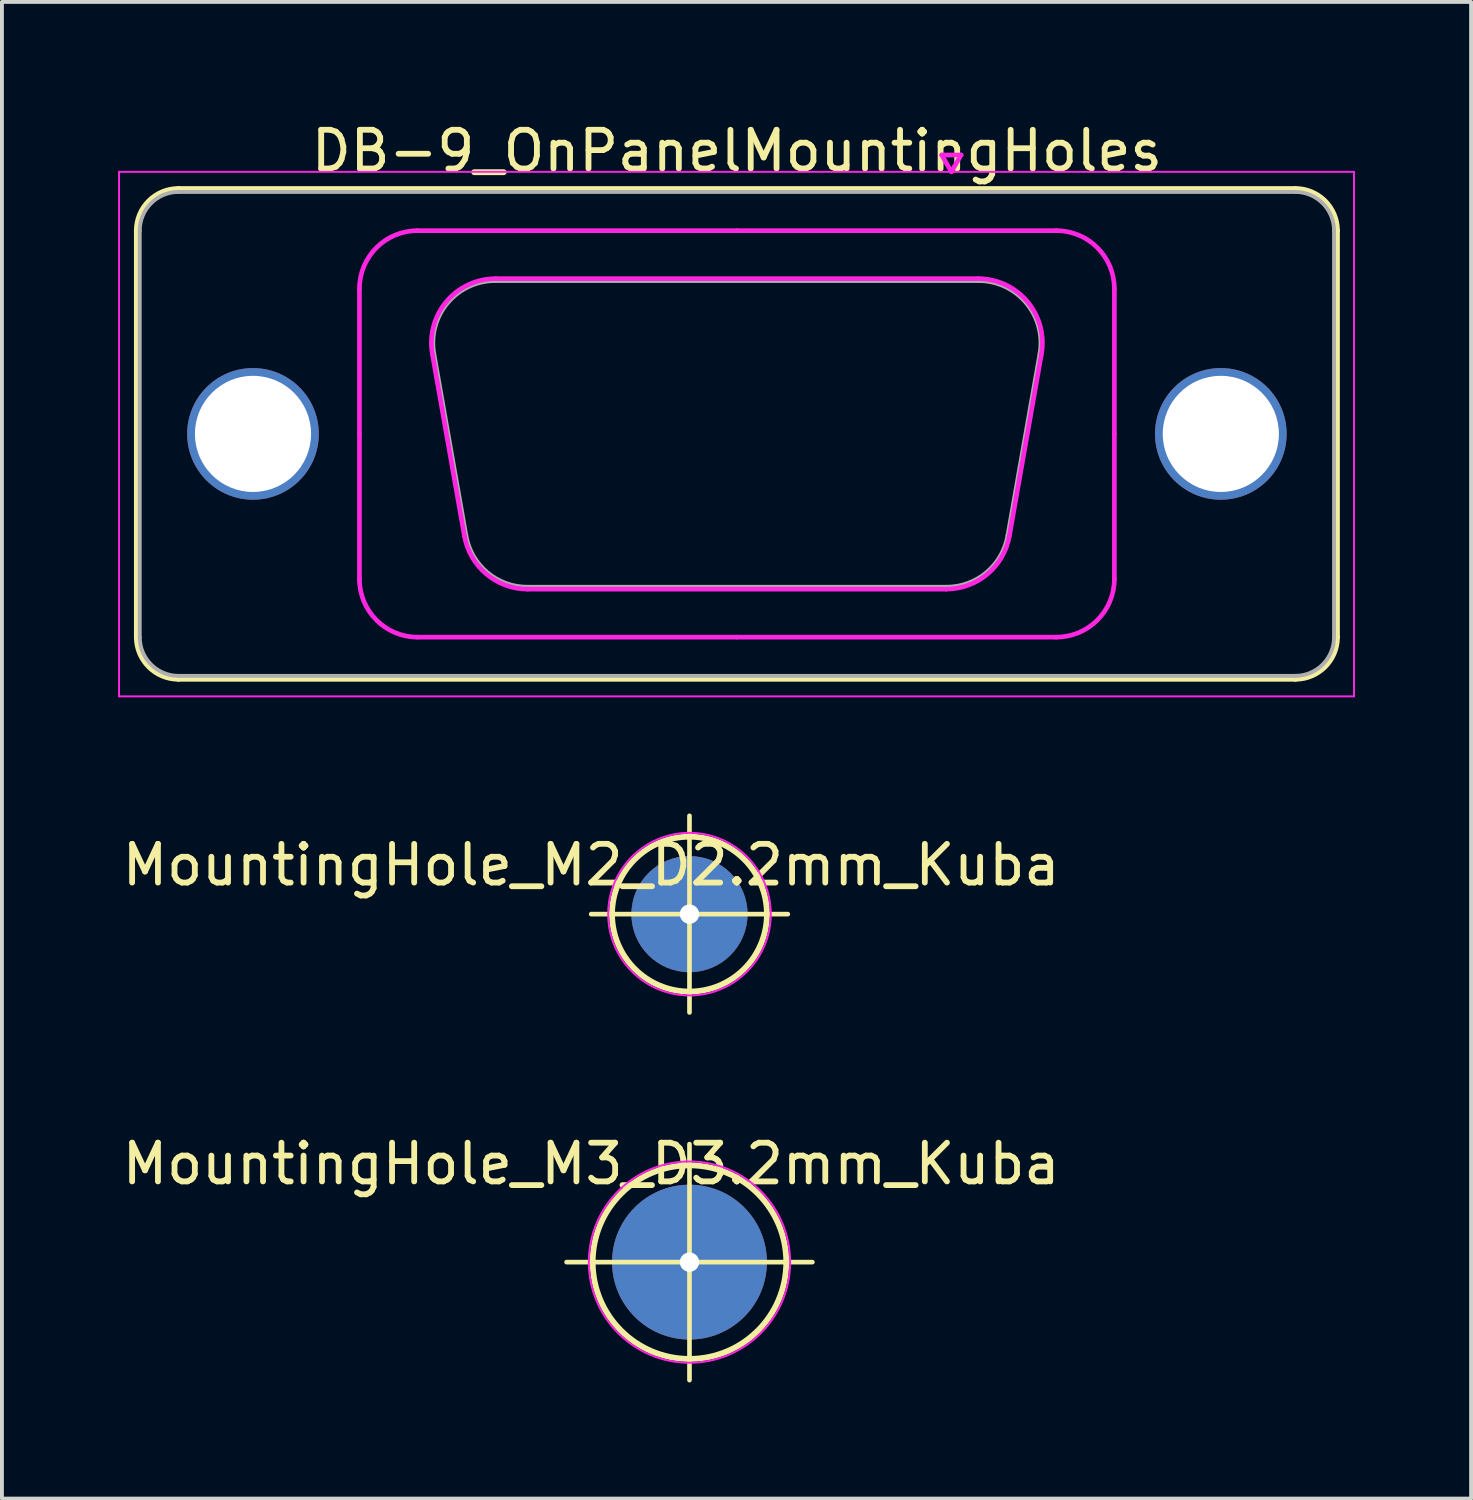
<source format=kicad_pcb>
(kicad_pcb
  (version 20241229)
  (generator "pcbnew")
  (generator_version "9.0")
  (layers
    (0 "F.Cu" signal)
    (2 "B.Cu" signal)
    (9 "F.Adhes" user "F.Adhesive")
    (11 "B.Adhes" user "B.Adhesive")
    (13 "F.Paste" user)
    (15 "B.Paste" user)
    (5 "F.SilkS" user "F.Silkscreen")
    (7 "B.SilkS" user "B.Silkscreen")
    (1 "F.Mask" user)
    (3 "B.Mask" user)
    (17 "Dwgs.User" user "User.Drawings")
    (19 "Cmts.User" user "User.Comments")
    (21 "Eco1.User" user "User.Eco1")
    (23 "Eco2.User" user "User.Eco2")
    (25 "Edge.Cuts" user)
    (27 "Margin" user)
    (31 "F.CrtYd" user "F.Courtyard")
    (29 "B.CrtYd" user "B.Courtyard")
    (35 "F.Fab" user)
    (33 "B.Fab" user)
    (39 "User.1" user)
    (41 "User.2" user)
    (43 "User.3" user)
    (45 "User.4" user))
  (footprint "MountingHole_M2_D2.2mm_Kuba"
    (layer "F.Cu")
    (at 14.76 20.563)
    (property "Reference" "MountingHole_M2_D2.2mm_Kuba" (at -2.54 -1.27 0) (layer "F.SilkS") (effects (font (size 1 1) (thickness 0.15))))
    (attr through_hole)
    (fp_line (start -2.54 0) (end 2.54 0) (stroke (width 0.12) (type solid)) (layer "F.SilkS"))
    (fp_line (start 0 -2.54) (end 0 2.54) (stroke (width 0.12) (type solid)) (layer "F.SilkS"))
    (fp_circle (center 0 0) (end 2 0) (stroke (width 0.15) (type solid)) (fill no) (layer "F.SilkS"))
    (fp_circle (center 0 0) (end 2.1 0) (stroke (width 0.05) (type solid)) (fill no) (layer "F.CrtYd"))
    (pad "1" thru_hole circle (at 0 0) (size 3 3) (drill 0.5) (layers "*.Cu" "*.Mask")))
  (footprint "MountingHole_M3_D3.2mm_Kuba"
    (layer "F.Cu")
    (at 14.76 29.552)
    (property "Reference" "MountingHole_M3_D3.2mm_Kuba" (at -2.54 -2.54 0) (layer "F.SilkS") (effects (font (size 1 1) (thickness 0.15))))
    (attr through_hole)
    (fp_line (start -3.175 0) (end 3.175 0) (stroke (width 0.12) (type solid)) (layer "F.SilkS"))
    (fp_line (start 0 -3.048) (end 0 3.048) (stroke (width 0.12) (type solid)) (layer "F.SilkS"))
    (fp_circle (center 0 0) (end 2.5 0) (stroke (width 0.15) (type solid)) (fill no) (layer "F.SilkS"))
    (fp_circle (center 0 0) (end 2.6 0) (stroke (width 0.05) (type solid)) (fill no) (layer "F.CrtYd"))
    (pad "1" thru_hole circle (at 0 0) (size 4 4) (drill 0.5) (layers "*.Cu" "*.Mask")))
  (footprint "DB-9_OnPanelMountingHoles"
    (layer "F.Cu")
    (at 15.985 8.158)
    (property "Reference" "DB-9_OnPanelMountingHoles" (at 0 -7.31 0) (layer "F.SilkS") (effects (font (size 1 1) (thickness 0.15))))
    (attr through_hole)
    (fp_line (start -15.485 5.25) (end -15.485 -5.25) (stroke (width 0.18) (type solid)) (layer "F.SilkS"))
    (fp_line (start -14.425 -6.31) (end 14.425 -6.31) (stroke (width 0.18) (type solid)) (layer "F.SilkS"))
    (fp_line (start 14.425 6.31) (end -14.425 6.31) (stroke (width 0.18) (type solid)) (layer "F.SilkS"))
    (fp_line (start 15.485 -5.25) (end 15.485 5.25) (stroke (width 0.18) (type solid)) (layer "F.SilkS"))
    (fp_arc (start -15.485 -5.25) (mid -15.174533 -5.999533) (end -14.425 -6.31) (stroke (width 0.18) (type solid)) (layer "F.SilkS"))
    (fp_arc (start -14.425 6.31) (mid -15.174533 5.999533) (end -15.485 5.25) (stroke (width 0.18) (type solid)) (layer "F.SilkS"))
    (fp_arc (start 14.425 -6.31) (mid 15.174533 -5.999533) (end 15.485 -5.25) (stroke (width 0.18) (type solid)) (layer "F.SilkS"))
    (fp_arc (start 15.485 5.25) (mid 15.174533 5.999533) (end 14.425 6.31) (stroke (width 0.18) (type solid)) (layer "F.SilkS"))
    (fp_line (start -15.96 -6.77) (end -15.96 6.78) (stroke (width 0.05) (type solid)) (layer "F.CrtYd"))
    (fp_line (start -15.96 6.78) (end 15.94 6.78) (stroke (width 0.05) (type solid)) (layer "F.CrtYd"))
    (fp_line (start -9.75 0) (end -9.75 -3.75) (stroke (width 0.12) (type solid)) (layer "F.CrtYd"))
    (fp_line (start -9.75 0) (end -9.75 3.75) (stroke (width 0.12) (type solid)) (layer "F.CrtYd"))
    (fp_line (start -8.25 -5.25) (end 0 -5.25) (stroke (width 0.12) (type solid)) (layer "F.CrtYd"))
    (fp_line (start -8.25 5.25) (end 0 5.25) (stroke (width 0.12) (type solid)) (layer "F.CrtYd"))
    (fp_line (start -7.866 -2.062) (end -7.038 2.638) (stroke (width 0.12) (type solid)) (layer "F.CrtYd"))
    (fp_line (start -6.232 -4.01) (end 6.232 -4.01) (stroke (width 0.12) (type solid)) (layer "F.CrtYd"))
    (fp_line (start -5.403 4.01) (end 5.403 4.01) (stroke (width 0.12) (type solid)) (layer "F.CrtYd"))
    (fp_line (start 0 -5.25) (end 8.25 -5.25) (stroke (width 0.12) (type solid)) (layer "F.CrtYd"))
    (fp_line (start 0 5.25) (end 8.25 5.25) (stroke (width 0.12) (type solid)) (layer "F.CrtYd"))
    (fp_line (start 5.29 -7.204) (end 5.79 -7.204) (stroke (width 0.12) (type solid)) (layer "F.CrtYd"))
    (fp_line (start 5.54 -6.771) (end 5.29 -7.204) (stroke (width 0.12) (type solid)) (layer "F.CrtYd"))
    (fp_line (start 5.79 -7.204) (end 5.54 -6.771) (stroke (width 0.12) (type solid)) (layer "F.CrtYd"))
    (fp_line (start 7.866 -2.062) (end 7.038 2.638) (stroke (width 0.12) (type solid)) (layer "F.CrtYd"))
    (fp_line (start 9.75 0) (end 9.75 -3.75) (stroke (width 0.12) (type solid)) (layer "F.CrtYd"))
    (fp_line (start 9.75 0) (end 9.75 3.75) (stroke (width 0.12) (type solid)) (layer "F.CrtYd"))
    (fp_line (start 15.94 -6.77) (end -15.96 -6.77) (stroke (width 0.05) (type solid)) (layer "F.CrtYd"))
    (fp_line (start 15.94 6.78) (end 15.94 -6.77) (stroke (width 0.05) (type solid)) (layer "F.CrtYd"))
    (fp_arc (start -9.75 -3.75) (mid -9.31066 -4.81066) (end -8.25 -5.25) (stroke (width 0.12) (type solid)) (layer "F.CrtYd"))
    (fp_arc (start -8.25 5.25) (mid -9.31066 4.81066) (end -9.75 3.75) (stroke (width 0.12) (type solid)) (layer "F.CrtYd"))
    (fp_arc (start -7.86647 -2.061744) (mid -7.503323 -3.417028) (end -6.231689 -4.01) (stroke (width 0.12) (type solid)) (layer "F.CrtYd"))
    (fp_arc (start -5.402952 4.01) (mid -6.469979 3.621634) (end -7.037733 2.638256) (stroke (width 0.12) (type solid)) (layer "F.CrtYd"))
    (fp_arc (start 6.231689 -4.01) (mid 7.503323 -3.417027) (end 7.86647 -2.061744) (stroke (width 0.12) (type solid)) (layer "F.CrtYd"))
    (fp_arc (start 7.037733 2.638256) (mid 6.46998 3.621634) (end 5.402952 4.01) (stroke (width 0.12) (type solid)) (layer "F.CrtYd"))
    (fp_arc (start 8.25 -5.25) (mid 9.31066 -4.81066) (end 9.75 -3.75) (stroke (width 0.12) (type solid)) (layer "F.CrtYd"))
    (fp_arc (start 9.75 3.75) (mid 9.31066 4.81066) (end 8.25 5.25) (stroke (width 0.12) (type solid)) (layer "F.CrtYd"))
    (fp_line (start -15.425 5.25) (end -15.425 -5.25) (stroke (width 0.1) (type solid)) (layer "F.Fab"))
    (fp_line (start -14.425 -6.25) (end 14.425 -6.25) (stroke (width 0.1) (type solid)) (layer "F.Fab"))
    (fp_line (start -7.819 -2.072) (end -6.99 2.628) (stroke (width 0.1) (type solid)) (layer "F.Fab"))
    (fp_line (start -6.243 -3.95) (end 6.243 -3.95) (stroke (width 0.1) (type solid)) (layer "F.Fab"))
    (fp_line (start -5.414 3.95) (end 5.414 3.95) (stroke (width 0.1) (type solid)) (layer "F.Fab"))
    (fp_line (start 7.819 -2.072) (end 6.99 2.628) (stroke (width 0.1) (type solid)) (layer "F.Fab"))
    (fp_line (start 14.425 6.25) (end -14.425 6.25) (stroke (width 0.1) (type solid)) (layer "F.Fab"))
    (fp_line (start 15.425 -5.25) (end 15.425 5.25) (stroke (width 0.1) (type solid)) (layer "F.Fab"))
    (fp_arc (start -15.425 -5.25) (mid -15.132107 -5.957107) (end -14.425 -6.25) (stroke (width 0.1) (type solid)) (layer "F.Fab"))
    (fp_arc (start -14.425 6.25) (mid -15.132107 5.957107) (end -15.425 5.25) (stroke (width 0.1) (type solid)) (layer "F.Fab"))
    (fp_arc (start -7.818886 -2.072163) (mid -7.468865 -3.37846) (end -6.243194 -3.95) (stroke (width 0.1) (type solid)) (layer "F.Fab"))
    (fp_arc (start -5.414457 3.95) (mid -6.442917 3.575671) (end -6.990149 2.627837) (stroke (width 0.1) (type solid)) (layer "F.Fab"))
    (fp_arc (start 6.243194 -3.95) (mid 7.468865 -3.37846) (end 7.818886 -2.072163) (stroke (width 0.1) (type solid)) (layer "F.Fab"))
    (fp_arc (start 6.990149 2.627837) (mid 6.442917 3.575671) (end 5.414457 3.95) (stroke (width 0.1) (type solid)) (layer "F.Fab"))
    (fp_arc (start 14.425 -6.25) (mid 15.132107 -5.957107) (end 15.425 -5.25) (stroke (width 0.1) (type solid)) (layer "F.Fab"))
    (fp_arc (start 15.425 5.25) (mid 15.132107 5.957107) (end 14.425 6.25) (stroke (width 0.1) (type solid)) (layer "F.Fab"))
    (pad "" thru_hole circle (at -12.5 0) (size 3.4 3.4) (drill 3) (layers "*.Cu" "*.Mask"))
    (pad "" thru_hole circle (at 12.5 0) (size 3.4 3.4) (drill 3) (layers "*.Cu" "*.Mask")))
  (gr_rect
    (start -3 -3)
    (end 34.95 35.66)
    (stroke (width 0.1) (type default))
    (fill no)
    (layer "Edge.Cuts")))
</source>
